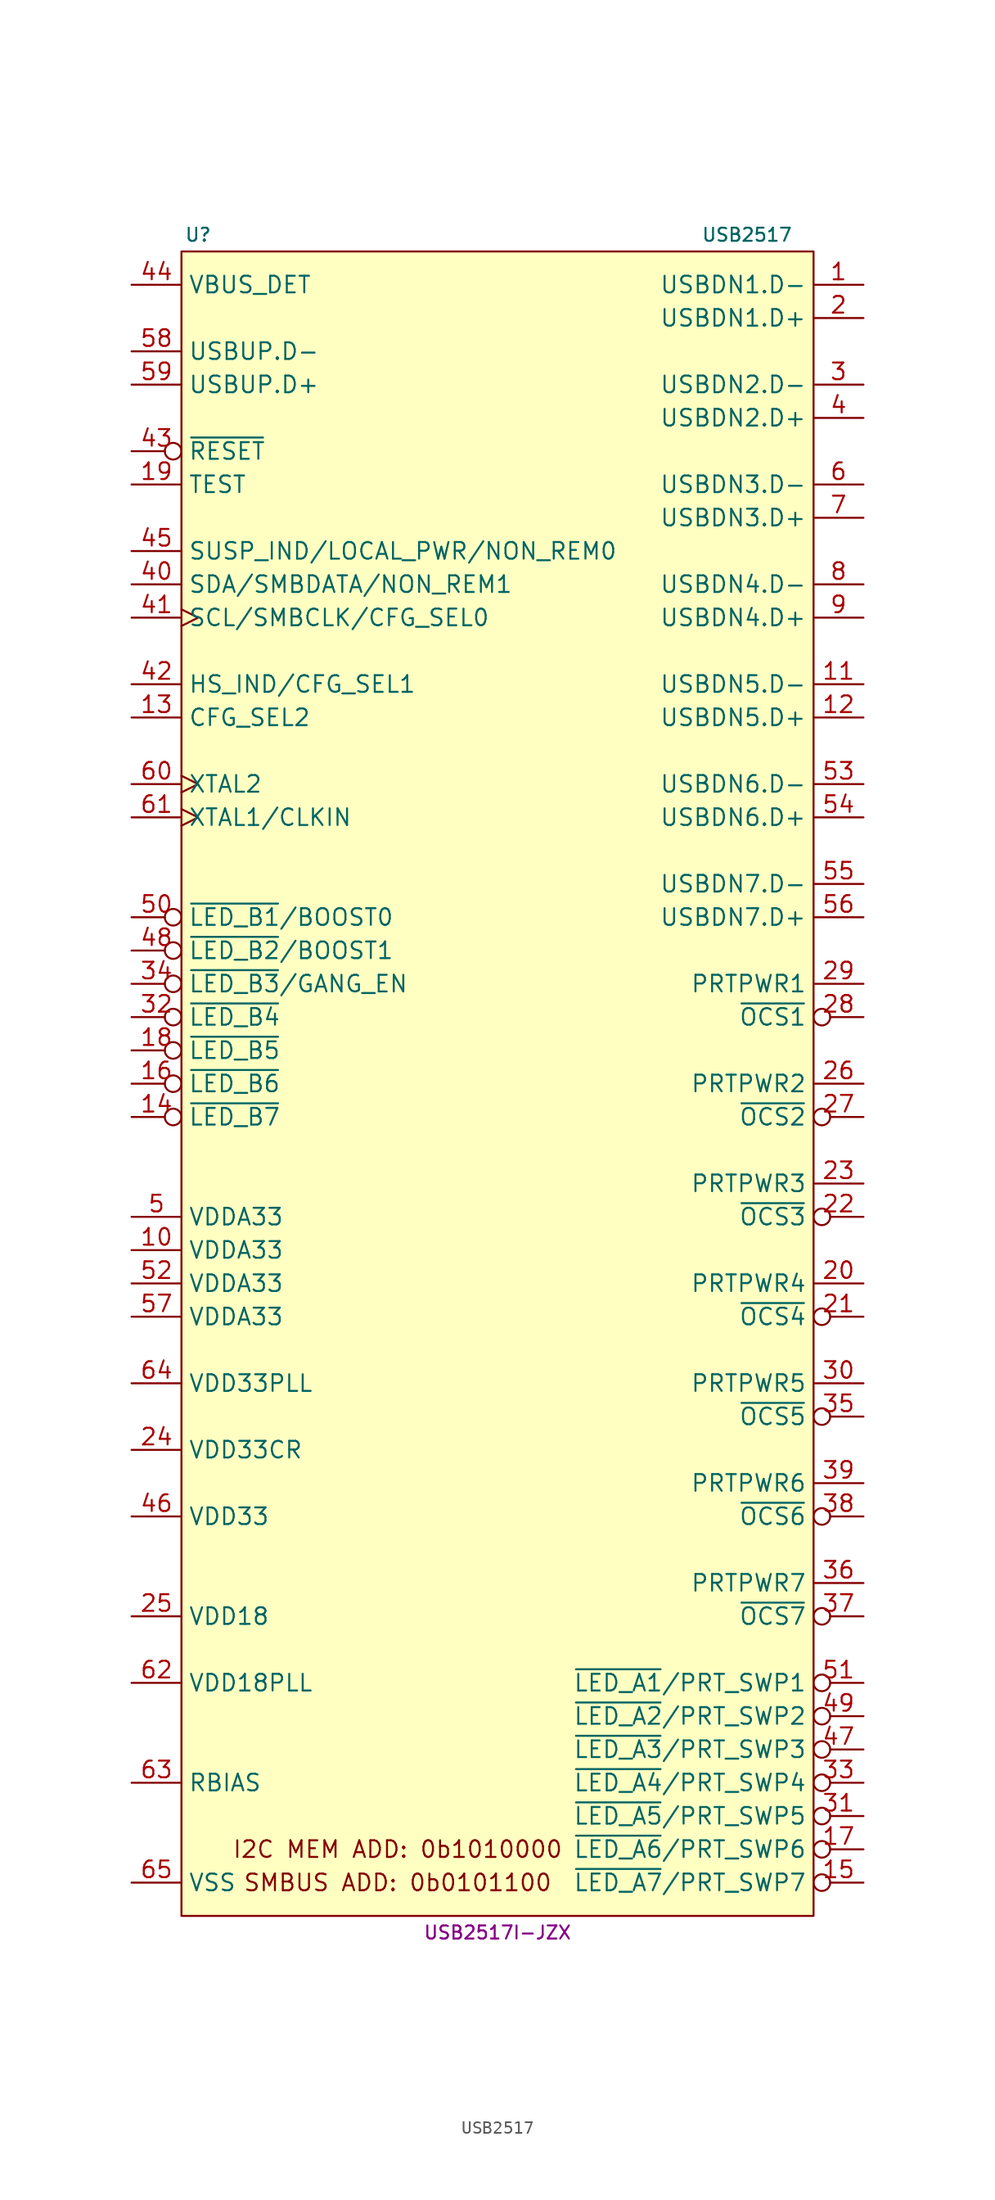
<source format=kicad_sym>
(kicad_symbol_lib
  (version 20231120)
  (generator "kicad_symbol_editor")
  (generator_version "8.0")
  (symbol "USB2517"
    (property "Reference" "U"
      (at -22.86 69.85 0)
      (effects (font (size 1 1))))
    (property "Value" "USB2517"
      (at 19.05 69.85 0)
      (effects (font (size 1 1))))
    (property "MPN" "USB2517I-JZX"
      (at 0 -59.69 0)
      (effects (font (size 1 1))))
    (symbol "USB2517_0_0"
      (text "I2C MEM ADD: 0b1010000" (at -7.62 -53.34 0) (effects (font (size 1.27 1.27))))
      (text "SMBUS ADD: 0b0101100" (at -7.62 -55.88 0) (effects (font (size 1.27 1.27)))))
    (symbol "USB2517_0_1"
      (rectangle (start -24.13 68.58) (end 24.13 -58.42) (stroke (width 0.152) (type default)) (fill (type background))))
    (symbol "USB2517_1_1"
      (pin bidirectional line (at 27.94 66.04 180) (length 3.81) (name "USBDN1.D-" (effects (font (size 1.27 1.27)))) (number "1" (effects (font (size 1.27 1.27)))))
      (pin power_in line (at -27.94 -7.62 0) (length 3.81) (name "VDDA33" (effects (font (size 1.27 1.27)))) (number "10" (effects (font (size 1.27 1.27)))))
      (pin bidirectional line (at 27.94 35.56 180) (length 3.81) (name "USBDN5.D-" (effects (font (size 1.27 1.27)))) (number "11" (effects (font (size 1.27 1.27)))))
      (pin bidirectional line (at 27.94 33.02 180) (length 3.81) (name "USBDN5.D+" (effects (font (size 1.27 1.27)))) (number "12" (effects (font (size 1.27 1.27)))))
      (pin input line (at -27.94 33.02 0) (length 3.81) (name "CFG_SEL2" (effects (font (size 1.27 1.27)))) (number "13" (effects (font (size 1.27 1.27)))))
      (pin bidirectional inverted (at -27.94 2.54 0) (length 3.81) (name "~{LED_B7}" (effects (font (size 1.27 1.27)))) (number "14" (effects (font (size 1.27 1.27)))))
      (pin bidirectional inverted (at 27.94 -55.88 180) (length 3.81) (name "~{LED_A7}/PRT_SWP7" (effects (font (size 1.27 1.27)))) (number "15" (effects (font (size 1.27 1.27)))))
      (pin bidirectional inverted (at -27.94 5.08 0) (length 3.81) (name "~{LED_B6}" (effects (font (size 1.27 1.27)))) (number "16" (effects (font (size 1.27 1.27)))))
      (pin bidirectional inverted (at 27.94 -53.34 180) (length 3.81) (name "~{LED_A6}/PRT_SWP6" (effects (font (size 1.27 1.27)))) (number "17" (effects (font (size 1.27 1.27)))))
      (pin bidirectional inverted (at -27.94 7.62 0) (length 3.81) (name "~{LED_B5}" (effects (font (size 1.27 1.27)))) (number "18" (effects (font (size 1.27 1.27)))))
      (pin passive line (at -27.94 50.8 0) (length 3.81) (name "TEST" (effects (font (size 1.27 1.27)))) (number "19" (effects (font (size 1.27 1.27)))))
      (pin bidirectional line (at 27.94 63.5 180) (length 3.81) (name "USBDN1.D+" (effects (font (size 1.27 1.27)))) (number "2" (effects (font (size 1.27 1.27)))))
      (pin output line (at 27.94 -10.16 180) (length 3.81) (name "PRTPWR4" (effects (font (size 1.27 1.27)))) (number "20" (effects (font (size 1.27 1.27)))))
      (pin input inverted (at 27.94 -12.7 180) (length 3.81) (name "~{OCS4}" (effects (font (size 1.27 1.27)))) (number "21" (effects (font (size 1.27 1.27)))))
      (pin input inverted (at 27.94 -5.08 180) (length 3.81) (name "~{OCS3}" (effects (font (size 1.27 1.27)))) (number "22" (effects (font (size 1.27 1.27)))))
      (pin output line (at 27.94 -2.54 180) (length 3.81) (name "PRTPWR3" (effects (font (size 1.27 1.27)))) (number "23" (effects (font (size 1.27 1.27)))))
      (pin power_in line (at -27.94 -22.86 0) (length 3.81) (name "VDD33CR" (effects (font (size 1.27 1.27)))) (number "24" (effects (font (size 1.27 1.27)))))
      (pin power_out line (at -27.94 -35.56 0) (length 3.81) (name "VDD18" (effects (font (size 1.27 1.27)))) (number "25" (effects (font (size 1.27 1.27)))))
      (pin output line (at 27.94 5.08 180) (length 3.81) (name "PRTPWR2" (effects (font (size 1.27 1.27)))) (number "26" (effects (font (size 1.27 1.27)))))
      (pin input inverted (at 27.94 2.54 180) (length 3.81) (name "~{OCS2}" (effects (font (size 1.27 1.27)))) (number "27" (effects (font (size 1.27 1.27)))))
      (pin input inverted (at 27.94 10.16 180) (length 3.81) (name "~{OCS1}" (effects (font (size 1.27 1.27)))) (number "28" (effects (font (size 1.27 1.27)))))
      (pin output line (at 27.94 12.7 180) (length 3.81) (name "PRTPWR1" (effects (font (size 1.27 1.27)))) (number "29" (effects (font (size 1.27 1.27)))))
      (pin bidirectional line (at 27.94 58.42 180) (length 3.81) (name "USBDN2.D-" (effects (font (size 1.27 1.27)))) (number "3" (effects (font (size 1.27 1.27)))))
      (pin output line (at 27.94 -17.78 180) (length 3.81) (name "PRTPWR5" (effects (font (size 1.27 1.27)))) (number "30" (effects (font (size 1.27 1.27)))))
      (pin bidirectional inverted (at 27.94 -50.8 180) (length 3.81) (name "~{LED_A5}/PRT_SWP5" (effects (font (size 1.27 1.27)))) (number "31" (effects (font (size 1.27 1.27)))))
      (pin bidirectional inverted (at -27.94 10.16 0) (length 3.81) (name "~{LED_B4}" (effects (font (size 1.27 1.27)))) (number "32" (effects (font (size 1.27 1.27)))))
      (pin bidirectional inverted (at 27.94 -48.26 180) (length 3.81) (name "~{LED_A4}/PRT_SWP4" (effects (font (size 1.27 1.27)))) (number "33" (effects (font (size 1.27 1.27)))))
      (pin bidirectional inverted (at -27.94 12.7 0) (length 3.81) (name "~{LED_B3}/GANG_EN" (effects (font (size 1.27 1.27)))) (number "34" (effects (font (size 1.27 1.27)))))
      (pin input inverted (at 27.94 -20.32 180) (length 3.81) (name "~{OCS5}" (effects (font (size 1.27 1.27)))) (number "35" (effects (font (size 1.27 1.27)))))
      (pin output line (at 27.94 -33.02 180) (length 3.81) (name "PRTPWR7" (effects (font (size 1.27 1.27)))) (number "36" (effects (font (size 1.27 1.27)))))
      (pin input inverted (at 27.94 -35.56 180) (length 3.81) (name "~{OCS7}" (effects (font (size 1.27 1.27)))) (number "37" (effects (font (size 1.27 1.27)))))
      (pin input inverted (at 27.94 -27.94 180) (length 3.81) (name "~{OCS6}" (effects (font (size 1.27 1.27)))) (number "38" (effects (font (size 1.27 1.27)))))
      (pin output line (at 27.94 -25.4 180) (length 3.81) (name "PRTPWR6" (effects (font (size 1.27 1.27)))) (number "39" (effects (font (size 1.27 1.27)))))
      (pin bidirectional line (at 27.94 55.88 180) (length 3.81) (name "USBDN2.D+" (effects (font (size 1.27 1.27)))) (number "4" (effects (font (size 1.27 1.27)))))
      (pin bidirectional line (at -27.94 43.18 0) (length 3.81) (name "SDA/SMBDATA/NON_REM1" (effects (font (size 1.27 1.27)))) (number "40" (effects (font (size 1.27 1.27)))))
      (pin bidirectional clock (at -27.94 40.64 0) (length 3.81) (name "SCL/SMBCLK/CFG_SEL0" (effects (font (size 1.27 1.27)))) (number "41" (effects (font (size 1.27 1.27)))))
      (pin bidirectional line (at -27.94 35.56 0) (length 3.81) (name "HS_IND/CFG_SEL1" (effects (font (size 1.27 1.27)))) (number "42" (effects (font (size 1.27 1.27)))))
      (pin input inverted (at -27.94 53.34 0) (length 3.81) (name "~{RESET}" (effects (font (size 1.27 1.27)))) (number "43" (effects (font (size 1.27 1.27)))))
      (pin input line (at -27.94 66.04 0) (length 3.81) (name "VBUS_DET" (effects (font (size 1.27 1.27)))) (number "44" (effects (font (size 1.27 1.27)))))
      (pin bidirectional line (at -27.94 45.72 0) (length 3.81) (name "SUSP_IND/LOCAL_PWR/NON_REM0" (effects (font (size 1.27 1.27)))) (number "45" (effects (font (size 1.27 1.27)))))
      (pin power_in line (at -27.94 -27.94 0) (length 3.81) (name "VDD33" (effects (font (size 1.27 1.27)))) (number "46" (effects (font (size 1.27 1.27)))))
      (pin bidirectional inverted (at 27.94 -45.72 180) (length 3.81) (name "~{LED_A3}/PRT_SWP3" (effects (font (size 1.27 1.27)))) (number "47" (effects (font (size 1.27 1.27)))))
      (pin bidirectional inverted (at -27.94 15.24 0) (length 3.81) (name "~{LED_B2}/BOOST1" (effects (font (size 1.27 1.27)))) (number "48" (effects (font (size 1.27 1.27)))))
      (pin bidirectional inverted (at 27.94 -43.18 180) (length 3.81) (name "~{LED_A2}/PRT_SWP2" (effects (font (size 1.27 1.27)))) (number "49" (effects (font (size 1.27 1.27)))))
      (pin power_in line (at -27.94 -5.08 0) (length 3.81) (name "VDDA33" (effects (font (size 1.27 1.27)))) (number "5" (effects (font (size 1.27 1.27)))))
      (pin bidirectional inverted (at -27.94 17.78 0) (length 3.81) (name "~{LED_B1}/BOOST0" (effects (font (size 1.27 1.27)))) (number "50" (effects (font (size 1.27 1.27)))))
      (pin bidirectional inverted (at 27.94 -40.64 180) (length 3.81) (name "~{LED_A1}/PRT_SWP1" (effects (font (size 1.27 1.27)))) (number "51" (effects (font (size 1.27 1.27)))))
      (pin power_in line (at -27.94 -10.16 0) (length 3.81) (name "VDDA33" (effects (font (size 1.27 1.27)))) (number "52" (effects (font (size 1.27 1.27)))))
      (pin bidirectional line (at 27.94 27.94 180) (length 3.81) (name "USBDN6.D-" (effects (font (size 1.27 1.27)))) (number "53" (effects (font (size 1.27 1.27)))))
      (pin bidirectional line (at 27.94 25.4 180) (length 3.81) (name "USBDN6.D+" (effects (font (size 1.27 1.27)))) (number "54" (effects (font (size 1.27 1.27)))))
      (pin bidirectional line (at 27.94 20.32 180) (length 3.81) (name "USBDN7.D-" (effects (font (size 1.27 1.27)))) (number "55" (effects (font (size 1.27 1.27)))))
      (pin bidirectional line (at 27.94 17.78 180) (length 3.81) (name "USBDN7.D+" (effects (font (size 1.27 1.27)))) (number "56" (effects (font (size 1.27 1.27)))))
      (pin power_in line (at -27.94 -12.7 0) (length 3.81) (name "VDDA33" (effects (font (size 1.27 1.27)))) (number "57" (effects (font (size 1.27 1.27)))))
      (pin bidirectional line (at -27.94 60.96 0) (length 3.81) (name "USBUP.D-" (effects (font (size 1.27 1.27)))) (number "58" (effects (font (size 1.27 1.27)))))
      (pin bidirectional line (at -27.94 58.42 0) (length 3.81) (name "USBUP.D+" (effects (font (size 1.27 1.27)))) (number "59" (effects (font (size 1.27 1.27)))))
      (pin bidirectional line (at 27.94 50.8 180) (length 3.81) (name "USBDN3.D-" (effects (font (size 1.27 1.27)))) (number "6" (effects (font (size 1.27 1.27)))))
      (pin output clock (at -27.94 27.94 0) (length 3.81) (name "XTAL2" (effects (font (size 1.27 1.27)))) (number "60" (effects (font (size 1.27 1.27)))))
      (pin input clock (at -27.94 25.4 0) (length 3.81) (name "XTAL1/CLKIN" (effects (font (size 1.27 1.27)))) (number "61" (effects (font (size 1.27 1.27)))))
      (pin power_out line (at -27.94 -40.64 0) (length 3.81) (name "VDD18PLL" (effects (font (size 1.27 1.27)))) (number "62" (effects (font (size 1.27 1.27)))))
      (pin passive line (at -27.94 -48.26 0) (length 3.81) (name "RBIAS" (effects (font (size 1.27 1.27)))) (number "63" (effects (font (size 1.27 1.27)))))
      (pin power_in line (at -27.94 -17.78 0) (length 3.81) (name "VDD33PLL" (effects (font (size 1.27 1.27)))) (number "64" (effects (font (size 1.27 1.27)))))
      (pin power_in line (at -27.94 -55.88 0) (length 3.81) (name "VSS" (effects (font (size 1.27 1.27)))) (number "65" (effects (font (size 1.27 1.27)))))
      (pin bidirectional line (at 27.94 48.26 180) (length 3.81) (name "USBDN3.D+" (effects (font (size 1.27 1.27)))) (number "7" (effects (font (size 1.27 1.27)))))
      (pin bidirectional line (at 27.94 43.18 180) (length 3.81) (name "USBDN4.D-" (effects (font (size 1.27 1.27)))) (number "8" (effects (font (size 1.27 1.27)))))
      (pin bidirectional line (at 27.94 40.64 180) (length 3.81) (name "USBDN4.D+" (effects (font (size 1.27 1.27)))) (number "9" (effects (font (size 1.27 1.27))))))))
</source>
